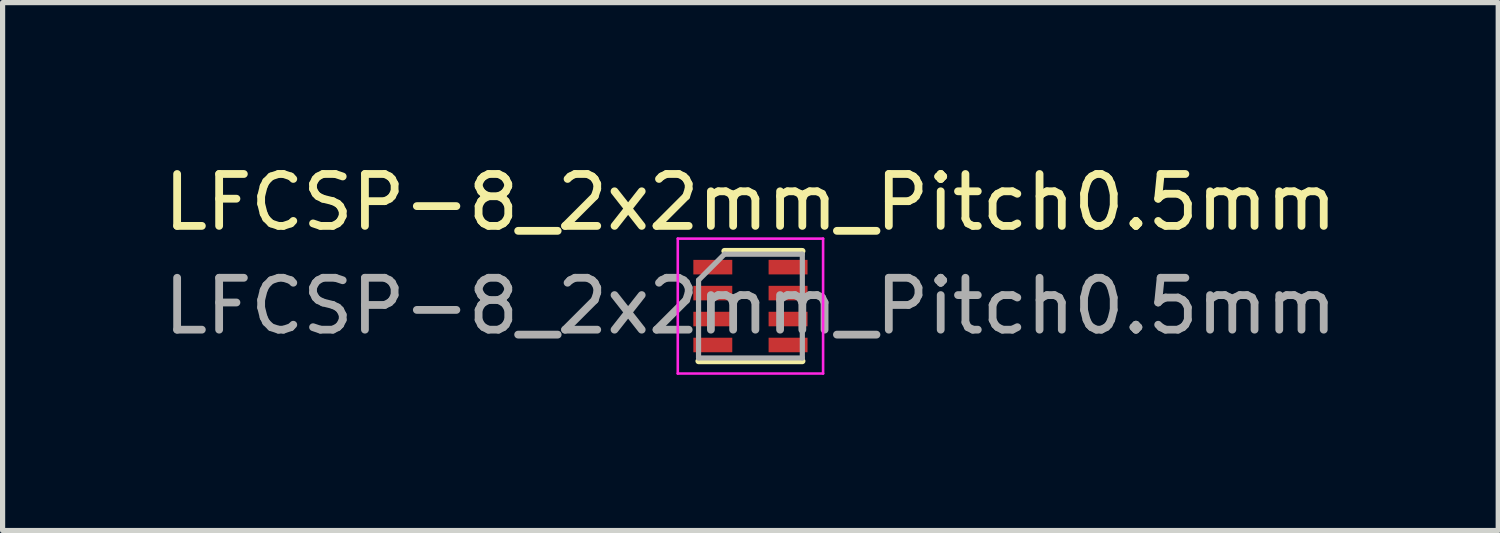
<source format=kicad_pcb>
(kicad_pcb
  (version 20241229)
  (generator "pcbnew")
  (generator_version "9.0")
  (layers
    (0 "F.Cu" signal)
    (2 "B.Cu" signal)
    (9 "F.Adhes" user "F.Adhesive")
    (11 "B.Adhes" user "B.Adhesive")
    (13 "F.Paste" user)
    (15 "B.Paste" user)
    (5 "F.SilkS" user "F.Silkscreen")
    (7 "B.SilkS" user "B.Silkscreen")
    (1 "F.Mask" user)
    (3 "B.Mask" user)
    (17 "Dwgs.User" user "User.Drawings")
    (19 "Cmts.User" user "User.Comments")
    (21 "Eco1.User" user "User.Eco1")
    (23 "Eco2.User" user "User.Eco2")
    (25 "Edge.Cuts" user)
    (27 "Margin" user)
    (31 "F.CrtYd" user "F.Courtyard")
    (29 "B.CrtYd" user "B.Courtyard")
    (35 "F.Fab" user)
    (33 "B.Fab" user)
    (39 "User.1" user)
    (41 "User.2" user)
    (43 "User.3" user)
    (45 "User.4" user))
  (footprint "LFCSP-8_2x2mm_Pitch0.5mm"
    (layer "F.Cu")
    (at 11.411 2.848)
    (property "Reference" "LFCSP-8_2x2mm_Pitch0.5mm" (at 0 -2 0) (layer "F.SilkS") (effects (font (size 1 1) (thickness 0.15))))
    (attr smd)
    (fp_line (start -0.5 -1.06) (end 1 -1.06) (stroke (width 0.12) (type solid)) (layer "F.SilkS"))
    (fp_line (start 1 1.06) (end -1 1.06) (stroke (width 0.12) (type solid)) (layer "F.SilkS"))
    (fp_line (start -1.4 -1.3) (end 1.4 -1.3) (stroke (width 0.05) (type solid)) (layer "F.CrtYd"))
    (fp_line (start -1.4 1.3) (end -1.4 -1.3) (stroke (width 0.05) (type solid)) (layer "F.CrtYd"))
    (fp_line (start 1.4 -1.3) (end 1.4 1.3) (stroke (width 0.05) (type solid)) (layer "F.CrtYd"))
    (fp_line (start 1.4 1.3) (end -1.4 1.3) (stroke (width 0.05) (type solid)) (layer "F.CrtYd"))
    (fp_line (start -1 -0.5) (end -1 1) (stroke (width 0.1) (type solid)) (layer "F.Fab"))
    (fp_line (start -0.5 -1) (end -1 -0.5) (stroke (width 0.1) (type solid)) (layer "F.Fab"))
    (fp_line (start -0.5 -1) (end 1 -1) (stroke (width 0.1) (type solid)) (layer "F.Fab"))
    (fp_line (start 1 1) (end -1 1) (stroke (width 0.1) (type solid)) (layer "F.Fab"))
    (fp_line (start 1 1) (end 1 -1) (stroke (width 0.1) (type solid)) (layer "F.Fab"))
    (fp_text user "${REFERENCE}" (at 0 0 180) (layer "F.Fab") (effects (font (size 1 1) (thickness 0.15))))
    (pad "1" smd rect (at -0.725 -0.75) (size 0.75 0.28) (layers "F.Cu" "F.Mask" "F.Paste"))
    (pad "2" smd rect (at -0.725 -0.25) (size 0.75 0.28) (layers "F.Cu" "F.Mask" "F.Paste"))
    (pad "3" smd rect (at -0.725 0.25) (size 0.75 0.28) (layers "F.Cu" "F.Mask" "F.Paste"))
    (pad "4" smd rect (at -0.725 0.75) (size 0.75 0.28) (layers "F.Cu" "F.Mask" "F.Paste"))
    (pad "5" smd rect (at 0.725 0.75) (size 0.75 0.28) (layers "F.Cu" "F.Mask" "F.Paste"))
    (pad "6" smd rect (at 0.725 0.25) (size 0.75 0.28) (layers "F.Cu" "F.Mask" "F.Paste"))
    (pad "7" smd rect (at 0.725 -0.25) (size 0.75 0.28) (layers "F.Cu" "F.Mask" "F.Paste"))
    (pad "8" smd rect (at 0.725 -0.75) (size 0.75 0.28) (layers "F.Cu" "F.Mask" "F.Paste")))
  (gr_rect
    (start -3 -3)
    (end 25.821 7.173)
    (stroke (width 0.1) (type default))
    (fill no)
    (layer "Edge.Cuts")))
</source>
